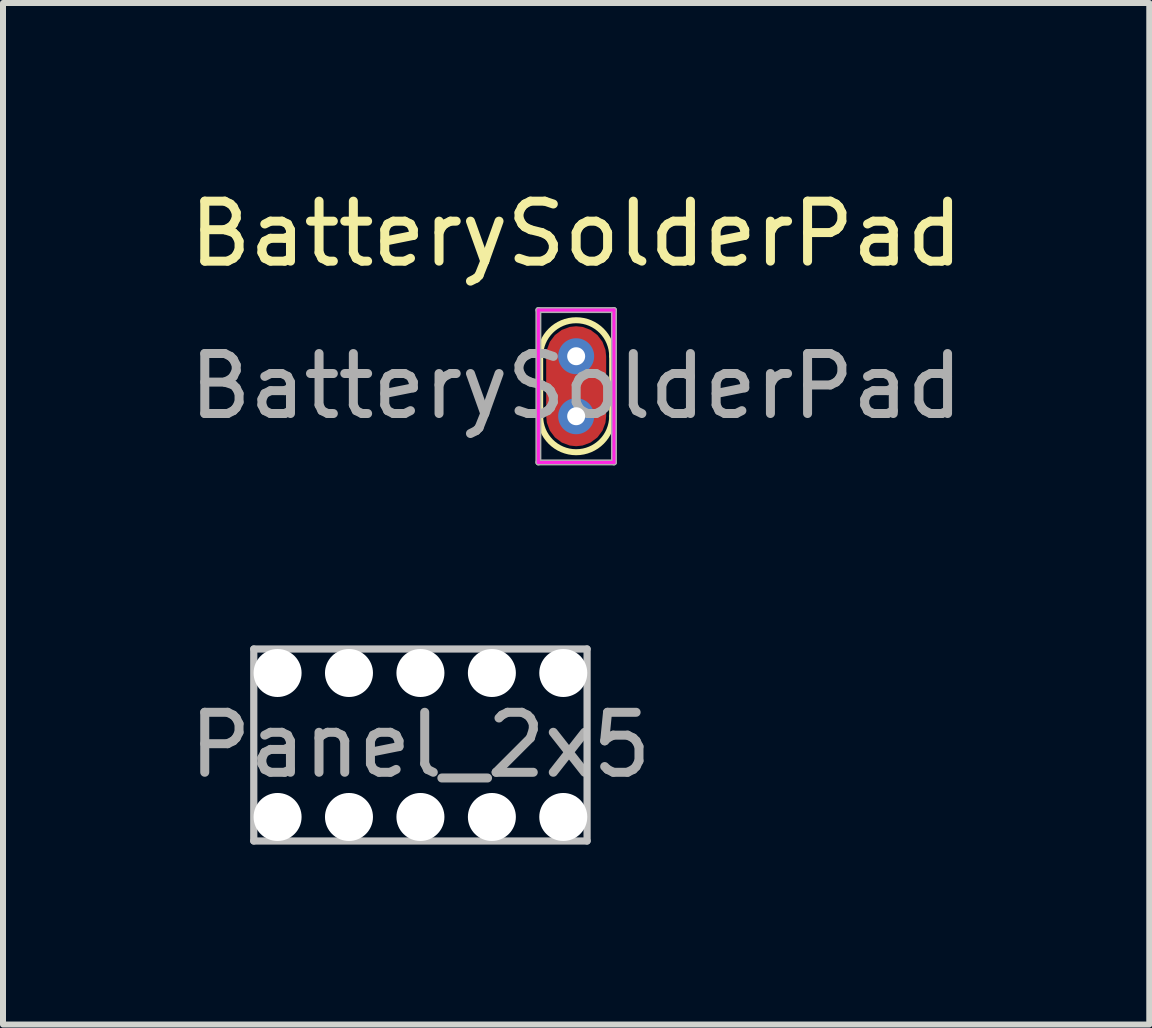
<source format=kicad_pcb>
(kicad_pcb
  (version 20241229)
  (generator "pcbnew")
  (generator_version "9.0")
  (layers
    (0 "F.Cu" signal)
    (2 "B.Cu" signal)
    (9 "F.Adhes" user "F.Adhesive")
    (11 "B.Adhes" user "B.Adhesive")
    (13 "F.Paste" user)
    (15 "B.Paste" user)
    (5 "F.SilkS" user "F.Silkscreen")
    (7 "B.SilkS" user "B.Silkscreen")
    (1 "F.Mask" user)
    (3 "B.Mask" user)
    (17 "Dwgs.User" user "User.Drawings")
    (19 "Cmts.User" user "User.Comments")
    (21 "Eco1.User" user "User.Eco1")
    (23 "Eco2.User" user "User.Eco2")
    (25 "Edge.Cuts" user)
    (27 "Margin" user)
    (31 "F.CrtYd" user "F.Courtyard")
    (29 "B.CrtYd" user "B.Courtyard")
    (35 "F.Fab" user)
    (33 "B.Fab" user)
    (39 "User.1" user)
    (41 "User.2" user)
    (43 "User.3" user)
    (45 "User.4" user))
  (footprint "BatterySolderPad"
    (layer "F.Cu")
    (at 6.554 3.388)
    (property "Reference" "BatterySolderPad" (at 0 -2.54 180) (layer "F.SilkS") (effects (font (size 1 1) (thickness 0.15))))
    (attr exclude_from_pos_files)
    (fp_line (start -0.6 -0.5) (end -0.6 0.5) (stroke (width 0.1) (type default)) (layer "F.SilkS"))
    (fp_line (start 0.6 -0.5) (end 0.6 0.5) (stroke (width 0.1) (type default)) (layer "F.SilkS"))
    (fp_arc (start -0.6 -0.5) (mid 0 -1.1) (end 0.6 -0.5) (stroke (width 0.1) (type default)) (layer "F.SilkS"))
    (fp_arc (start 0.6 0.5) (mid 0 1.1) (end -0.6 0.5) (stroke (width 0.1) (type default)) (layer "F.SilkS"))
    (fp_line (start -0.63 -1.27) (end -0.63 1.27) (stroke (width 0.05) (type solid)) (layer "F.CrtYd"))
    (fp_line (start -0.63 1.27) (end 0.63 1.27) (stroke (width 0.05) (type solid)) (layer "F.CrtYd"))
    (fp_line (start 0.63 -1.27) (end -0.63 -1.27) (stroke (width 0.05) (type solid)) (layer "F.CrtYd"))
    (fp_line (start 0.63 1.27) (end 0.63 -1.27) (stroke (width 0.05) (type solid)) (layer "F.CrtYd"))
    (fp_line (start -0.63 -1.27) (end 0.63 -1.27) (stroke (width 0.1) (type solid)) (layer "F.Fab"))
    (fp_line (start -0.63 1.27) (end -0.63 -1.27) (stroke (width 0.1) (type solid)) (layer "F.Fab"))
    (fp_line (start 0.63 -1.27) (end 0.63 1.27) (stroke (width 0.1) (type solid)) (layer "F.Fab"))
    (fp_line (start 0.63 1.27) (end -0.63 1.27) (stroke (width 0.1) (type solid)) (layer "F.Fab"))
    (fp_text user "${REFERENCE}" (at 0 0 180) (layer "F.Fab") (effects (font (size 1 1) (thickness 0.15))))
    (pad "1" thru_hole circle (at 0 -0.5) (size 0.6 0.6) (drill 0.3) (layers "*.Cu" "F.Mask"))
    (pad "1" smd roundrect (at 0 0) (size 1 2) (layers "F.Cu" "F.Mask" "F.Paste") (roundrect_rratio 0.5))
    (pad "1" thru_hole circle (at 0 0.5) (size 0.6 0.6) (drill 0.3) (layers "*.Cu" "F.Mask")))
  (footprint "Panel_2x5"
    (layer "F.Cu")
    (at 3.958 9.368)
    (property "Reference" "Panel_2x5" (at 0 0 0) (layer "F.Fab") (effects (font (size 1 1) (thickness 0.15))))
    (fp_line (start -2.778 1.6) (end -2.778 -1.6) (stroke (width 0.12) (type solid)) (layer "Dwgs.User"))
    (fp_line (start -2.778 1.6) (end 2.778 1.6) (stroke (width 0.12) (type solid)) (layer "Dwgs.User"))
    (fp_line (start 2.778 -1.6) (end -2.778 -1.6) (stroke (width 0.12) (type solid)) (layer "Dwgs.User"))
    (fp_line (start 2.778 1.6) (end 2.778 -1.6) (stroke (width 0.12) (type solid)) (layer "Dwgs.User"))
    (pad "" np_thru_hole circle (at -2.381 -1.2) (size 0.8 0.8) (drill 0.8) (layers "*.Cu" "*.Mask"))
    (pad "" np_thru_hole circle (at -2.381 1.2) (size 0.8 0.8) (drill 0.8) (layers "*.Cu" "*.Mask"))
    (pad "" np_thru_hole circle (at -1.191 -1.2) (size 0.8 0.8) (drill 0.8) (layers "*.Cu" "*.Mask"))
    (pad "" np_thru_hole circle (at -1.191 1.2) (size 0.8 0.8) (drill 0.8) (layers "*.Cu" "*.Mask"))
    (pad "" np_thru_hole circle (at 0 -1.2) (size 0.8 0.8) (drill 0.8) (layers "*.Cu" "*.Mask"))
    (pad "" np_thru_hole circle (at 0 1.2) (size 0.8 0.8) (drill 0.8) (layers "*.Cu" "*.Mask"))
    (pad "" np_thru_hole circle (at 1.191 -1.2) (size 0.8 0.8) (drill 0.8) (layers "*.Cu" "*.Mask"))
    (pad "" np_thru_hole circle (at 1.191 1.2) (size 0.8 0.8) (drill 0.8) (layers "*.Cu" "*.Mask"))
    (pad "" np_thru_hole circle (at 2.381 -1.2) (size 0.8 0.8) (drill 0.8) (layers "*.Cu" "*.Mask"))
    (pad "" np_thru_hole circle (at 2.381 1.2) (size 0.8 0.8) (drill 0.8) (layers "*.Cu" "*.Mask")))
  (gr_rect
    (start -3 -3)
    (end 16.107 14.028)
    (stroke (width 0.1) (type default))
    (fill no)
    (layer "Edge.Cuts")))
</source>
